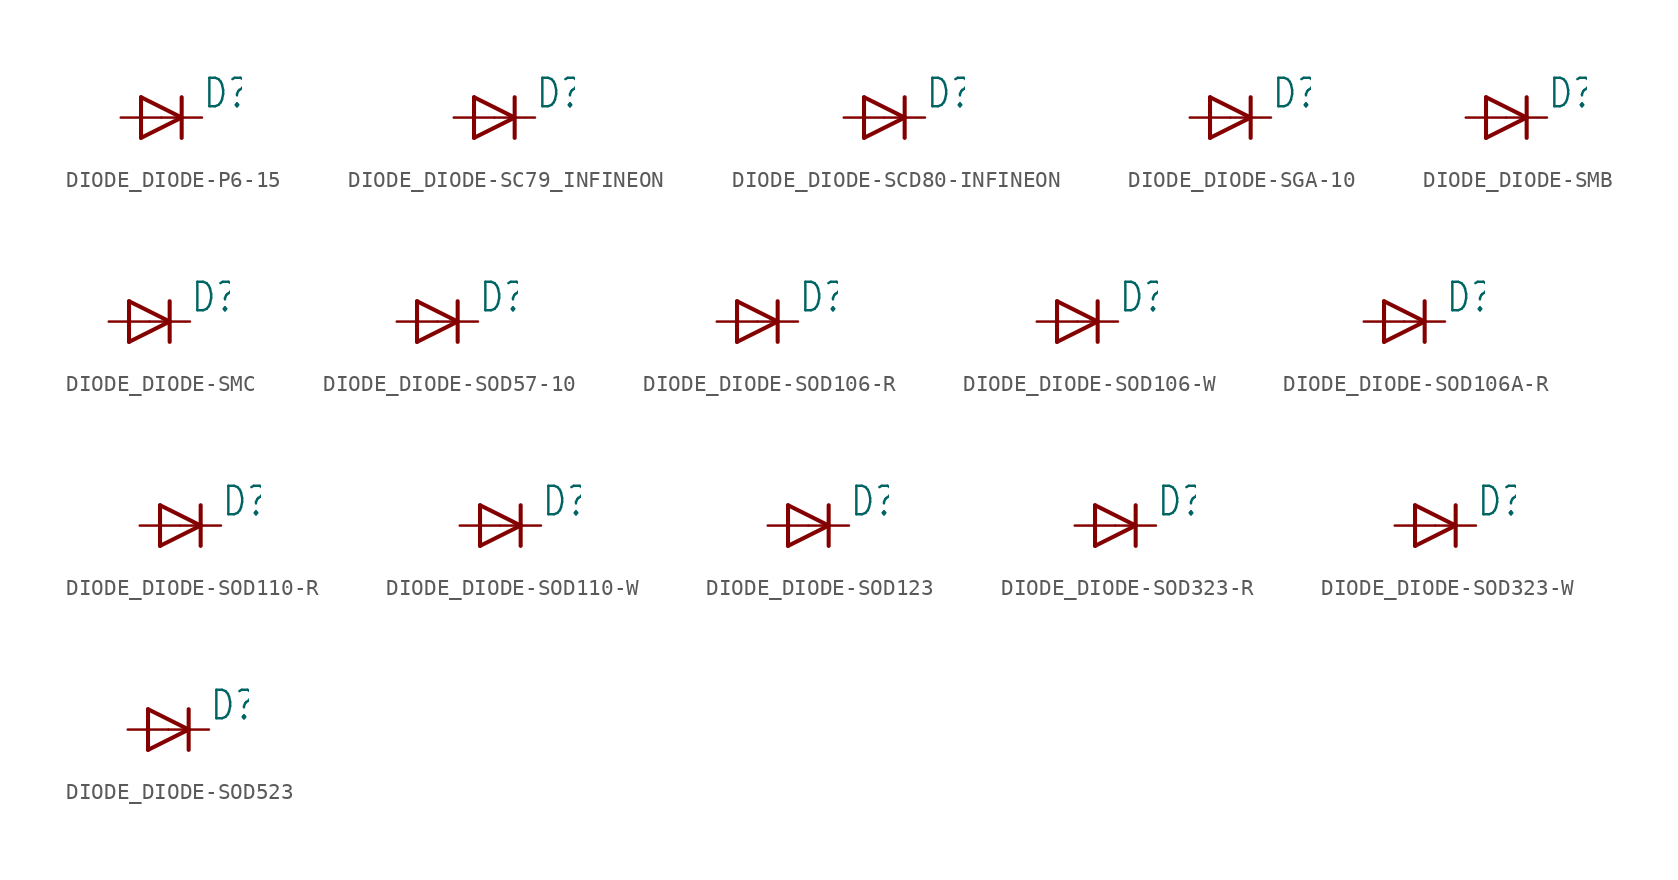
<source format=kicad_sym>
(kicad_symbol_lib
  (version 20231120)
  (generator "kicad_symbol_editor")
  (generator_version "8.0")
  (symbol "DIODE_DIODE-P6-15"
    (property "Reference" "D"
      (at 2.54 0.483 0)
      (effects (font (size 1.778 1.511)) (justify left bottom)))
    (property "Value" ""
      (at 2.54 -2.311 0)
      (effects (font (size 1.778 1.511)) (justify left bottom)))
    (property "ki_locked" ""
      (at 0 0 0)
      (effects (font (size 1.27 1.27))))
    (symbol "DIODE_DIODE-P6-15_1_0"
      (polyline (pts (xy -1.27 -1.27) (xy 1.27 0)) (stroke (width 0.254) (type solid)) (fill (type none)))
      (polyline (pts (xy -1.27 1.27) (xy -1.27 -1.27)) (stroke (width 0.254) (type solid)) (fill (type none)))
      (polyline (pts (xy 1.27 0) (xy -1.27 1.27)) (stroke (width 0.254) (type solid)) (fill (type none)))
      (polyline (pts (xy 1.27 0) (xy 1.27 -1.27)) (stroke (width 0.254) (type solid)) (fill (type none)))
      (polyline (pts (xy 1.27 1.27) (xy 1.27 0)) (stroke (width 0.254) (type solid)) (fill (type none)))
      (pin passive line (at -2.54 0 0) (length 2.54) (name "A" (effects (font (size 0 0)))) (number "A" (effects (font (size 0 0)))))
      (pin passive line (at 2.54 0 180) (length 2.54) (name "C" (effects (font (size 0 0)))) (number "C" (effects (font (size 0 0)))))))
  (symbol "DIODE_DIODE-SC79_INFINEON"
    (property "Reference" "D"
      (at 2.54 0.483 0)
      (effects (font (size 1.778 1.511)) (justify left bottom)))
    (property "Value" ""
      (at 2.54 -2.311 0)
      (effects (font (size 1.778 1.511)) (justify left bottom)))
    (property "ki_locked" ""
      (at 0 0 0)
      (effects (font (size 1.27 1.27))))
    (symbol "DIODE_DIODE-SC79_INFINEON_1_0"
      (polyline (pts (xy -1.27 -1.27) (xy 1.27 0)) (stroke (width 0.254) (type solid)) (fill (type none)))
      (polyline (pts (xy -1.27 1.27) (xy -1.27 -1.27)) (stroke (width 0.254) (type solid)) (fill (type none)))
      (polyline (pts (xy 1.27 0) (xy -1.27 1.27)) (stroke (width 0.254) (type solid)) (fill (type none)))
      (polyline (pts (xy 1.27 0) (xy 1.27 -1.27)) (stroke (width 0.254) (type solid)) (fill (type none)))
      (polyline (pts (xy 1.27 1.27) (xy 1.27 0)) (stroke (width 0.254) (type solid)) (fill (type none)))
      (pin passive line (at -2.54 0 0) (length 2.54) (name "A" (effects (font (size 0 0)))) (number "A" (effects (font (size 0 0)))))
      (pin passive line (at 2.54 0 180) (length 2.54) (name "C" (effects (font (size 0 0)))) (number "C" (effects (font (size 0 0)))))))
  (symbol "DIODE_DIODE-SCD80-INFINEON"
    (property "Reference" "D"
      (at 2.54 0.483 0)
      (effects (font (size 1.778 1.511)) (justify left bottom)))
    (property "Value" ""
      (at 2.54 -2.311 0)
      (effects (font (size 1.778 1.511)) (justify left bottom)))
    (property "ki_locked" ""
      (at 0 0 0)
      (effects (font (size 1.27 1.27))))
    (symbol "DIODE_DIODE-SCD80-INFINEON_1_0"
      (polyline (pts (xy -1.27 -1.27) (xy 1.27 0)) (stroke (width 0.254) (type solid)) (fill (type none)))
      (polyline (pts (xy -1.27 1.27) (xy -1.27 -1.27)) (stroke (width 0.254) (type solid)) (fill (type none)))
      (polyline (pts (xy 1.27 0) (xy -1.27 1.27)) (stroke (width 0.254) (type solid)) (fill (type none)))
      (polyline (pts (xy 1.27 0) (xy 1.27 -1.27)) (stroke (width 0.254) (type solid)) (fill (type none)))
      (polyline (pts (xy 1.27 1.27) (xy 1.27 0)) (stroke (width 0.254) (type solid)) (fill (type none)))
      (pin passive line (at -2.54 0 0) (length 2.54) (name "A" (effects (font (size 0 0)))) (number "A" (effects (font (size 0 0)))))
      (pin passive line (at 2.54 0 180) (length 2.54) (name "C" (effects (font (size 0 0)))) (number "C" (effects (font (size 0 0)))))))
  (symbol "DIODE_DIODE-SGA-10"
    (property "Reference" "D"
      (at 2.54 0.483 0)
      (effects (font (size 1.778 1.511)) (justify left bottom)))
    (property "Value" ""
      (at 2.54 -2.311 0)
      (effects (font (size 1.778 1.511)) (justify left bottom)))
    (property "ki_locked" ""
      (at 0 0 0)
      (effects (font (size 1.27 1.27))))
    (symbol "DIODE_DIODE-SGA-10_1_0"
      (polyline (pts (xy -1.27 -1.27) (xy 1.27 0)) (stroke (width 0.254) (type solid)) (fill (type none)))
      (polyline (pts (xy -1.27 1.27) (xy -1.27 -1.27)) (stroke (width 0.254) (type solid)) (fill (type none)))
      (polyline (pts (xy 1.27 0) (xy -1.27 1.27)) (stroke (width 0.254) (type solid)) (fill (type none)))
      (polyline (pts (xy 1.27 0) (xy 1.27 -1.27)) (stroke (width 0.254) (type solid)) (fill (type none)))
      (polyline (pts (xy 1.27 1.27) (xy 1.27 0)) (stroke (width 0.254) (type solid)) (fill (type none)))
      (pin passive line (at -2.54 0 0) (length 2.54) (name "A" (effects (font (size 0 0)))) (number "A" (effects (font (size 0 0)))))
      (pin passive line (at 2.54 0 180) (length 2.54) (name "C" (effects (font (size 0 0)))) (number "C" (effects (font (size 0 0)))))))
  (symbol "DIODE_DIODE-SMB"
    (property "Reference" "D"
      (at 2.54 0.483 0)
      (effects (font (size 1.778 1.511)) (justify left bottom)))
    (property "Value" ""
      (at 2.54 -2.311 0)
      (effects (font (size 1.778 1.511)) (justify left bottom)))
    (property "ki_locked" ""
      (at 0 0 0)
      (effects (font (size 1.27 1.27))))
    (symbol "DIODE_DIODE-SMB_1_0"
      (polyline (pts (xy -1.27 -1.27) (xy 1.27 0)) (stroke (width 0.254) (type solid)) (fill (type none)))
      (polyline (pts (xy -1.27 1.27) (xy -1.27 -1.27)) (stroke (width 0.254) (type solid)) (fill (type none)))
      (polyline (pts (xy 1.27 0) (xy -1.27 1.27)) (stroke (width 0.254) (type solid)) (fill (type none)))
      (polyline (pts (xy 1.27 0) (xy 1.27 -1.27)) (stroke (width 0.254) (type solid)) (fill (type none)))
      (polyline (pts (xy 1.27 1.27) (xy 1.27 0)) (stroke (width 0.254) (type solid)) (fill (type none)))
      (pin passive line (at -2.54 0 0) (length 2.54) (name "A" (effects (font (size 0 0)))) (number "A" (effects (font (size 0 0)))))
      (pin passive line (at 2.54 0 180) (length 2.54) (name "C" (effects (font (size 0 0)))) (number "C" (effects (font (size 0 0)))))))
  (symbol "DIODE_DIODE-SMC"
    (property "Reference" "D"
      (at 2.54 0.483 0)
      (effects (font (size 1.778 1.511)) (justify left bottom)))
    (property "Value" ""
      (at 2.54 -2.311 0)
      (effects (font (size 1.778 1.511)) (justify left bottom)))
    (property "ki_locked" ""
      (at 0 0 0)
      (effects (font (size 1.27 1.27))))
    (symbol "DIODE_DIODE-SMC_1_0"
      (polyline (pts (xy -1.27 -1.27) (xy 1.27 0)) (stroke (width 0.254) (type solid)) (fill (type none)))
      (polyline (pts (xy -1.27 1.27) (xy -1.27 -1.27)) (stroke (width 0.254) (type solid)) (fill (type none)))
      (polyline (pts (xy 1.27 0) (xy -1.27 1.27)) (stroke (width 0.254) (type solid)) (fill (type none)))
      (polyline (pts (xy 1.27 0) (xy 1.27 -1.27)) (stroke (width 0.254) (type solid)) (fill (type none)))
      (polyline (pts (xy 1.27 1.27) (xy 1.27 0)) (stroke (width 0.254) (type solid)) (fill (type none)))
      (pin passive line (at -2.54 0 0) (length 2.54) (name "A" (effects (font (size 0 0)))) (number "A" (effects (font (size 0 0)))))
      (pin passive line (at 2.54 0 180) (length 2.54) (name "C" (effects (font (size 0 0)))) (number "C" (effects (font (size 0 0)))))))
  (symbol "DIODE_DIODE-SOD57-10"
    (property "Reference" "D"
      (at 2.54 0.483 0)
      (effects (font (size 1.778 1.511)) (justify left bottom)))
    (property "Value" ""
      (at 2.54 -2.311 0)
      (effects (font (size 1.778 1.511)) (justify left bottom)))
    (property "ki_locked" ""
      (at 0 0 0)
      (effects (font (size 1.27 1.27))))
    (symbol "DIODE_DIODE-SOD57-10_1_0"
      (polyline (pts (xy -1.27 -1.27) (xy 1.27 0)) (stroke (width 0.254) (type solid)) (fill (type none)))
      (polyline (pts (xy -1.27 1.27) (xy -1.27 -1.27)) (stroke (width 0.254) (type solid)) (fill (type none)))
      (polyline (pts (xy 1.27 0) (xy -1.27 1.27)) (stroke (width 0.254) (type solid)) (fill (type none)))
      (polyline (pts (xy 1.27 0) (xy 1.27 -1.27)) (stroke (width 0.254) (type solid)) (fill (type none)))
      (polyline (pts (xy 1.27 1.27) (xy 1.27 0)) (stroke (width 0.254) (type solid)) (fill (type none)))
      (pin passive line (at -2.54 0 0) (length 2.54) (name "A" (effects (font (size 0 0)))) (number "A" (effects (font (size 0 0)))))
      (pin passive line (at 2.54 0 180) (length 2.54) (name "C" (effects (font (size 0 0)))) (number "C" (effects (font (size 0 0)))))))
  (symbol "DIODE_DIODE-SOD106-R"
    (property "Reference" "D"
      (at 2.54 0.483 0)
      (effects (font (size 1.778 1.511)) (justify left bottom)))
    (property "Value" ""
      (at 2.54 -2.311 0)
      (effects (font (size 1.778 1.511)) (justify left bottom)))
    (property "ki_locked" ""
      (at 0 0 0)
      (effects (font (size 1.27 1.27))))
    (symbol "DIODE_DIODE-SOD106-R_1_0"
      (polyline (pts (xy -1.27 -1.27) (xy 1.27 0)) (stroke (width 0.254) (type solid)) (fill (type none)))
      (polyline (pts (xy -1.27 1.27) (xy -1.27 -1.27)) (stroke (width 0.254) (type solid)) (fill (type none)))
      (polyline (pts (xy 1.27 0) (xy -1.27 1.27)) (stroke (width 0.254) (type solid)) (fill (type none)))
      (polyline (pts (xy 1.27 0) (xy 1.27 -1.27)) (stroke (width 0.254) (type solid)) (fill (type none)))
      (polyline (pts (xy 1.27 1.27) (xy 1.27 0)) (stroke (width 0.254) (type solid)) (fill (type none)))
      (pin passive line (at -2.54 0 0) (length 2.54) (name "A" (effects (font (size 0 0)))) (number "A" (effects (font (size 0 0)))))
      (pin passive line (at 2.54 0 180) (length 2.54) (name "C" (effects (font (size 0 0)))) (number "C" (effects (font (size 0 0)))))))
  (symbol "DIODE_DIODE-SOD106-W"
    (property "Reference" "D"
      (at 2.54 0.483 0)
      (effects (font (size 1.778 1.511)) (justify left bottom)))
    (property "Value" ""
      (at 2.54 -2.311 0)
      (effects (font (size 1.778 1.511)) (justify left bottom)))
    (property "ki_locked" ""
      (at 0 0 0)
      (effects (font (size 1.27 1.27))))
    (symbol "DIODE_DIODE-SOD106-W_1_0"
      (polyline (pts (xy -1.27 -1.27) (xy 1.27 0)) (stroke (width 0.254) (type solid)) (fill (type none)))
      (polyline (pts (xy -1.27 1.27) (xy -1.27 -1.27)) (stroke (width 0.254) (type solid)) (fill (type none)))
      (polyline (pts (xy 1.27 0) (xy -1.27 1.27)) (stroke (width 0.254) (type solid)) (fill (type none)))
      (polyline (pts (xy 1.27 0) (xy 1.27 -1.27)) (stroke (width 0.254) (type solid)) (fill (type none)))
      (polyline (pts (xy 1.27 1.27) (xy 1.27 0)) (stroke (width 0.254) (type solid)) (fill (type none)))
      (pin passive line (at -2.54 0 0) (length 2.54) (name "A" (effects (font (size 0 0)))) (number "A" (effects (font (size 0 0)))))
      (pin passive line (at 2.54 0 180) (length 2.54) (name "C" (effects (font (size 0 0)))) (number "C" (effects (font (size 0 0)))))))
  (symbol "DIODE_DIODE-SOD106A-R"
    (property "Reference" "D"
      (at 2.54 0.483 0)
      (effects (font (size 1.778 1.511)) (justify left bottom)))
    (property "Value" ""
      (at 2.54 -2.311 0)
      (effects (font (size 1.778 1.511)) (justify left bottom)))
    (property "ki_locked" ""
      (at 0 0 0)
      (effects (font (size 1.27 1.27))))
    (symbol "DIODE_DIODE-SOD106A-R_1_0"
      (polyline (pts (xy -1.27 -1.27) (xy 1.27 0)) (stroke (width 0.254) (type solid)) (fill (type none)))
      (polyline (pts (xy -1.27 1.27) (xy -1.27 -1.27)) (stroke (width 0.254) (type solid)) (fill (type none)))
      (polyline (pts (xy 1.27 0) (xy -1.27 1.27)) (stroke (width 0.254) (type solid)) (fill (type none)))
      (polyline (pts (xy 1.27 0) (xy 1.27 -1.27)) (stroke (width 0.254) (type solid)) (fill (type none)))
      (polyline (pts (xy 1.27 1.27) (xy 1.27 0)) (stroke (width 0.254) (type solid)) (fill (type none)))
      (pin passive line (at -2.54 0 0) (length 2.54) (name "A" (effects (font (size 0 0)))) (number "A" (effects (font (size 0 0)))))
      (pin passive line (at 2.54 0 180) (length 2.54) (name "C" (effects (font (size 0 0)))) (number "C" (effects (font (size 0 0)))))))
  (symbol "DIODE_DIODE-SOD110-R"
    (property "Reference" "D"
      (at 2.54 0.483 0)
      (effects (font (size 1.778 1.511)) (justify left bottom)))
    (property "Value" ""
      (at 2.54 -2.311 0)
      (effects (font (size 1.778 1.511)) (justify left bottom)))
    (property "ki_locked" ""
      (at 0 0 0)
      (effects (font (size 1.27 1.27))))
    (symbol "DIODE_DIODE-SOD110-R_1_0"
      (polyline (pts (xy -1.27 -1.27) (xy 1.27 0)) (stroke (width 0.254) (type solid)) (fill (type none)))
      (polyline (pts (xy -1.27 1.27) (xy -1.27 -1.27)) (stroke (width 0.254) (type solid)) (fill (type none)))
      (polyline (pts (xy 1.27 0) (xy -1.27 1.27)) (stroke (width 0.254) (type solid)) (fill (type none)))
      (polyline (pts (xy 1.27 0) (xy 1.27 -1.27)) (stroke (width 0.254) (type solid)) (fill (type none)))
      (polyline (pts (xy 1.27 1.27) (xy 1.27 0)) (stroke (width 0.254) (type solid)) (fill (type none)))
      (pin passive line (at -2.54 0 0) (length 2.54) (name "A" (effects (font (size 0 0)))) (number "A" (effects (font (size 0 0)))))
      (pin passive line (at 2.54 0 180) (length 2.54) (name "C" (effects (font (size 0 0)))) (number "C" (effects (font (size 0 0)))))))
  (symbol "DIODE_DIODE-SOD110-W"
    (property "Reference" "D"
      (at 2.54 0.483 0)
      (effects (font (size 1.778 1.511)) (justify left bottom)))
    (property "Value" ""
      (at 2.54 -2.311 0)
      (effects (font (size 1.778 1.511)) (justify left bottom)))
    (property "ki_locked" ""
      (at 0 0 0)
      (effects (font (size 1.27 1.27))))
    (symbol "DIODE_DIODE-SOD110-W_1_0"
      (polyline (pts (xy -1.27 -1.27) (xy 1.27 0)) (stroke (width 0.254) (type solid)) (fill (type none)))
      (polyline (pts (xy -1.27 1.27) (xy -1.27 -1.27)) (stroke (width 0.254) (type solid)) (fill (type none)))
      (polyline (pts (xy 1.27 0) (xy -1.27 1.27)) (stroke (width 0.254) (type solid)) (fill (type none)))
      (polyline (pts (xy 1.27 0) (xy 1.27 -1.27)) (stroke (width 0.254) (type solid)) (fill (type none)))
      (polyline (pts (xy 1.27 1.27) (xy 1.27 0)) (stroke (width 0.254) (type solid)) (fill (type none)))
      (pin passive line (at -2.54 0 0) (length 2.54) (name "A" (effects (font (size 0 0)))) (number "A" (effects (font (size 0 0)))))
      (pin passive line (at 2.54 0 180) (length 2.54) (name "C" (effects (font (size 0 0)))) (number "C" (effects (font (size 0 0)))))))
  (symbol "DIODE_DIODE-SOD123"
    (property "Reference" "D"
      (at 2.54 0.483 0)
      (effects (font (size 1.778 1.511)) (justify left bottom)))
    (property "Value" ""
      (at 2.54 -2.311 0)
      (effects (font (size 1.778 1.511)) (justify left bottom)))
    (property "ki_locked" ""
      (at 0 0 0)
      (effects (font (size 1.27 1.27))))
    (symbol "DIODE_DIODE-SOD123_1_0"
      (polyline (pts (xy -1.27 -1.27) (xy 1.27 0)) (stroke (width 0.254) (type solid)) (fill (type none)))
      (polyline (pts (xy -1.27 1.27) (xy -1.27 -1.27)) (stroke (width 0.254) (type solid)) (fill (type none)))
      (polyline (pts (xy 1.27 0) (xy -1.27 1.27)) (stroke (width 0.254) (type solid)) (fill (type none)))
      (polyline (pts (xy 1.27 0) (xy 1.27 -1.27)) (stroke (width 0.254) (type solid)) (fill (type none)))
      (polyline (pts (xy 1.27 1.27) (xy 1.27 0)) (stroke (width 0.254) (type solid)) (fill (type none)))
      (pin passive line (at -2.54 0 0) (length 2.54) (name "A" (effects (font (size 0 0)))) (number "A" (effects (font (size 0 0)))))
      (pin passive line (at 2.54 0 180) (length 2.54) (name "C" (effects (font (size 0 0)))) (number "C" (effects (font (size 0 0)))))))
  (symbol "DIODE_DIODE-SOD323-R"
    (property "Reference" "D"
      (at 2.54 0.483 0)
      (effects (font (size 1.778 1.511)) (justify left bottom)))
    (property "Value" ""
      (at 2.54 -2.311 0)
      (effects (font (size 1.778 1.511)) (justify left bottom)))
    (property "ki_locked" ""
      (at 0 0 0)
      (effects (font (size 1.27 1.27))))
    (symbol "DIODE_DIODE-SOD323-R_1_0"
      (polyline (pts (xy -1.27 -1.27) (xy 1.27 0)) (stroke (width 0.254) (type solid)) (fill (type none)))
      (polyline (pts (xy -1.27 1.27) (xy -1.27 -1.27)) (stroke (width 0.254) (type solid)) (fill (type none)))
      (polyline (pts (xy 1.27 0) (xy -1.27 1.27)) (stroke (width 0.254) (type solid)) (fill (type none)))
      (polyline (pts (xy 1.27 0) (xy 1.27 -1.27)) (stroke (width 0.254) (type solid)) (fill (type none)))
      (polyline (pts (xy 1.27 1.27) (xy 1.27 0)) (stroke (width 0.254) (type solid)) (fill (type none)))
      (pin passive line (at -2.54 0 0) (length 2.54) (name "A" (effects (font (size 0 0)))) (number "A" (effects (font (size 0 0)))))
      (pin passive line (at 2.54 0 180) (length 2.54) (name "C" (effects (font (size 0 0)))) (number "C" (effects (font (size 0 0)))))))
  (symbol "DIODE_DIODE-SOD323-W"
    (property "Reference" "D"
      (at 2.54 0.483 0)
      (effects (font (size 1.778 1.511)) (justify left bottom)))
    (property "Value" ""
      (at 2.54 -2.311 0)
      (effects (font (size 1.778 1.511)) (justify left bottom)))
    (property "ki_locked" ""
      (at 0 0 0)
      (effects (font (size 1.27 1.27))))
    (symbol "DIODE_DIODE-SOD323-W_1_0"
      (polyline (pts (xy -1.27 -1.27) (xy 1.27 0)) (stroke (width 0.254) (type solid)) (fill (type none)))
      (polyline (pts (xy -1.27 1.27) (xy -1.27 -1.27)) (stroke (width 0.254) (type solid)) (fill (type none)))
      (polyline (pts (xy 1.27 0) (xy -1.27 1.27)) (stroke (width 0.254) (type solid)) (fill (type none)))
      (polyline (pts (xy 1.27 0) (xy 1.27 -1.27)) (stroke (width 0.254) (type solid)) (fill (type none)))
      (polyline (pts (xy 1.27 1.27) (xy 1.27 0)) (stroke (width 0.254) (type solid)) (fill (type none)))
      (pin passive line (at -2.54 0 0) (length 2.54) (name "A" (effects (font (size 0 0)))) (number "A" (effects (font (size 0 0)))))
      (pin passive line (at 2.54 0 180) (length 2.54) (name "C" (effects (font (size 0 0)))) (number "C" (effects (font (size 0 0)))))))
  (symbol "DIODE_DIODE-SOD523"
    (property "Reference" "D"
      (at 2.54 0.483 0)
      (effects (font (size 1.778 1.511)) (justify left bottom)))
    (property "Value" ""
      (at 2.54 -2.311 0)
      (effects (font (size 1.778 1.511)) (justify left bottom)))
    (property "ki_locked" ""
      (at 0 0 0)
      (effects (font (size 1.27 1.27))))
    (symbol "DIODE_DIODE-SOD523_1_0"
      (polyline (pts (xy -1.27 -1.27) (xy 1.27 0)) (stroke (width 0.254) (type solid)) (fill (type none)))
      (polyline (pts (xy -1.27 1.27) (xy -1.27 -1.27)) (stroke (width 0.254) (type solid)) (fill (type none)))
      (polyline (pts (xy 1.27 0) (xy -1.27 1.27)) (stroke (width 0.254) (type solid)) (fill (type none)))
      (polyline (pts (xy 1.27 0) (xy 1.27 -1.27)) (stroke (width 0.254) (type solid)) (fill (type none)))
      (polyline (pts (xy 1.27 1.27) (xy 1.27 0)) (stroke (width 0.254) (type solid)) (fill (type none)))
      (pin passive line (at -2.54 0 0) (length 2.54) (name "A" (effects (font (size 0 0)))) (number "A" (effects (font (size 0 0)))))
      (pin passive line (at 2.54 0 180) (length 2.54) (name "C" (effects (font (size 0 0)))) (number "C" (effects (font (size 0 0))))))))
</source>
